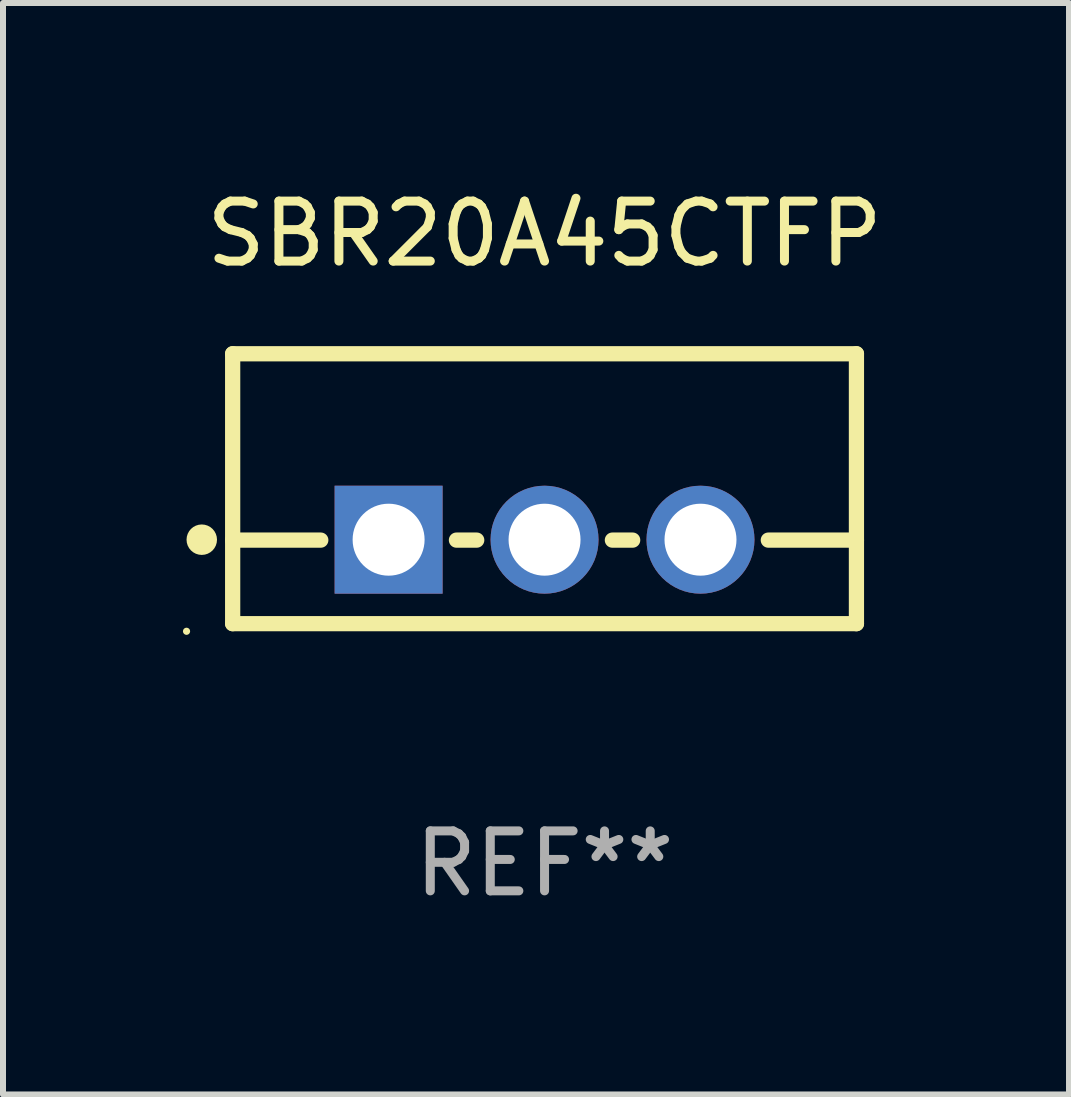
<source format=kicad_pcb>
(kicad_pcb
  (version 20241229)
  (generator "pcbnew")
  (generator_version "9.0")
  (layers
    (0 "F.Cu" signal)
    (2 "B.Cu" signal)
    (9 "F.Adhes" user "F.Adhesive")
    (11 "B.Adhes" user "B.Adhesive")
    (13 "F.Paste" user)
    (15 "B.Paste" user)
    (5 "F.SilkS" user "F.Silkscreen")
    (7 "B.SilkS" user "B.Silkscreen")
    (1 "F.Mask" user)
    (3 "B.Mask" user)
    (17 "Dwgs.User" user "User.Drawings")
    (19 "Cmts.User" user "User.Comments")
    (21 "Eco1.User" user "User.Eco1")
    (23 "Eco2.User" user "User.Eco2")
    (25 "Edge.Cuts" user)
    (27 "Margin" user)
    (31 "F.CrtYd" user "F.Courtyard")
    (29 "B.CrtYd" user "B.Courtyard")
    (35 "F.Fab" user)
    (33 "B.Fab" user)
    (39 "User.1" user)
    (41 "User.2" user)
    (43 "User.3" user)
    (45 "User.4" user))
  (footprint "SBR20A45CTFP"
    (layer "F.Cu")
    (at 6.029 5.098)
    (property "Reference" "SBR20A45CTFP" (at 0 -4.25 0) (layer "F.SilkS") (effects (font (size 1 1) (thickness 0.15))))
    (attr through_hole)
    (fp_line (start -5.2 -2.25) (end -5.2 2.25) (stroke (width 0.254) (type solid)) (layer "F.SilkS"))
    (fp_line (start -5.2 -2.25) (end 5.2 -2.25) (stroke (width 0.254) (type solid)) (layer "F.SilkS"))
    (fp_line (start -5.2 0.857) (end -3.731 0.857) (stroke (width 0.254) (type solid)) (layer "F.SilkS"))
    (fp_line (start -5.2 2.25) (end 5.2 2.25) (stroke (width 0.254) (type solid)) (layer "F.SilkS"))
    (fp_line (start -1.469 0.857) (end -1.131 0.857) (stroke (width 0.254) (type solid)) (layer "F.SilkS"))
    (fp_line (start 1.131 0.857) (end 1.469 0.857) (stroke (width 0.254) (type solid)) (layer "F.SilkS"))
    (fp_line (start 3.731 0.857) (end 5.2 0.857) (stroke (width 0.254) (type solid)) (layer "F.SilkS"))
    (fp_line (start 5.2 -2.25) (end 5.2 2.25) (stroke (width 0.254) (type solid)) (layer "F.SilkS"))
    (fp_circle (center -5.969 2.377) (end -5.939 2.377) (stroke (width 0.06) (type solid)) (fill no) (layer "F.SilkS"))
    (fp_circle (center -5.715 0.85) (end -5.588 0.85) (stroke (width 0.254) (type solid)) (fill no) (layer "F.SilkS"))
    (fp_text user "REF**" (at 0 6.25 0) (layer "F.Fab") (effects (font (size 1 1) (thickness 0.15))))
    (pad "1" thru_hole rect (at -2.6 0.85) (size 1.8 1.8) (drill 1.2) (layers "*.Cu" "*.Mask"))
    (pad "2" thru_hole circle (at 0 0.85) (size 1.8 1.8) (drill 1.2) (layers "*.Cu" "*.Mask"))
    (pad "3" thru_hole circle (at 2.6 0.85) (size 1.8 1.8) (drill 1.2) (layers "*.Cu" "*.Mask")))
  (gr_rect
    (start -3 -3)
    (end 14.773 15.197)
    (stroke (width 0.1) (type default))
    (fill no)
    (layer "Edge.Cuts")))
</source>
